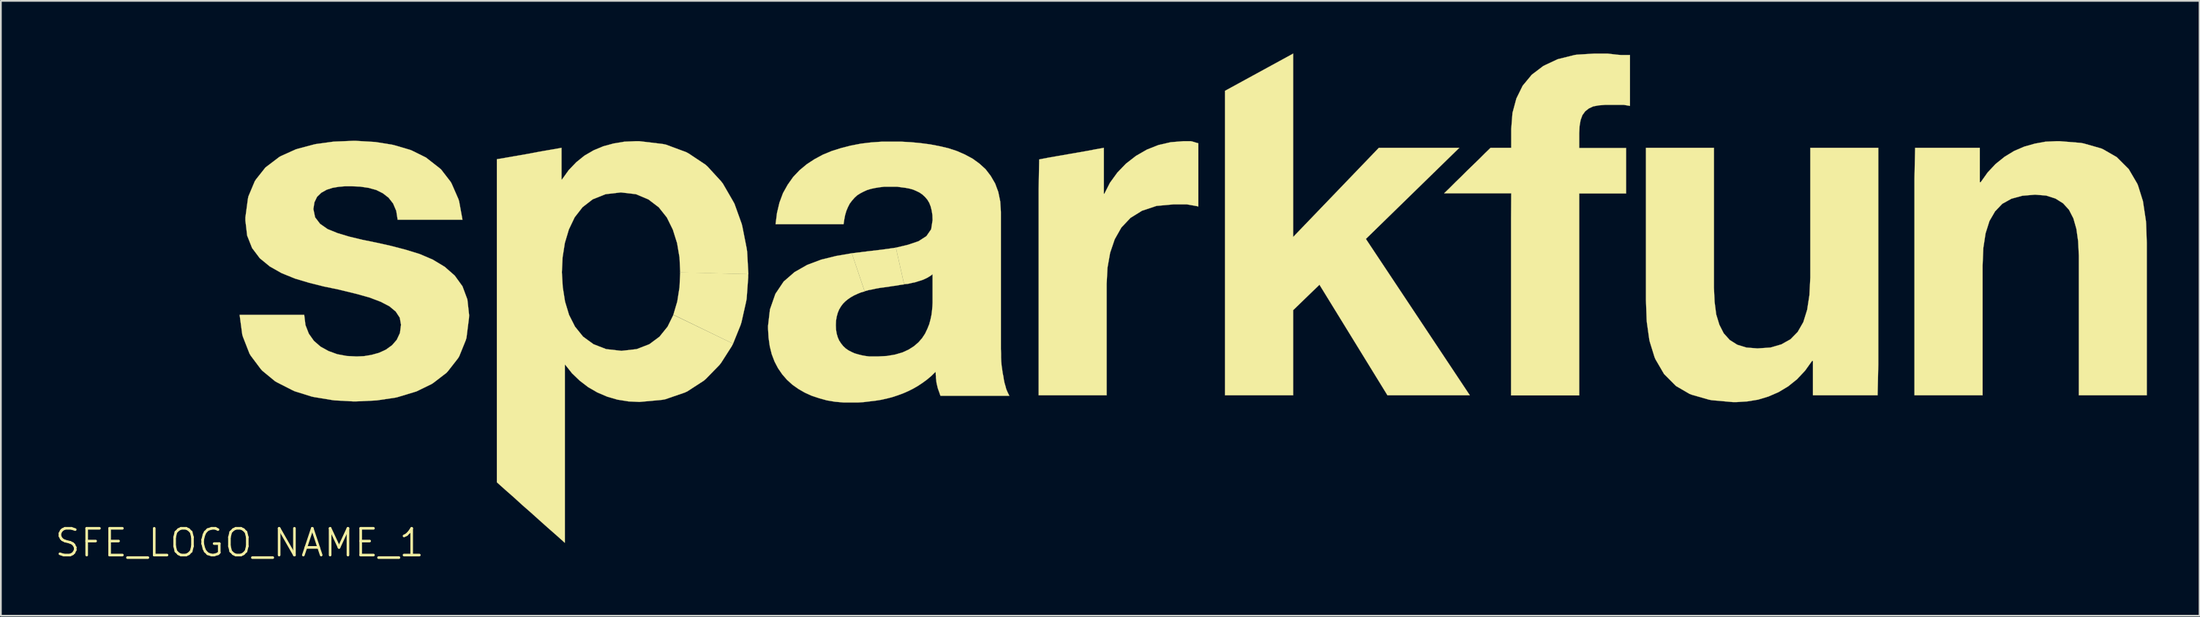
<source format=kicad_pcb>
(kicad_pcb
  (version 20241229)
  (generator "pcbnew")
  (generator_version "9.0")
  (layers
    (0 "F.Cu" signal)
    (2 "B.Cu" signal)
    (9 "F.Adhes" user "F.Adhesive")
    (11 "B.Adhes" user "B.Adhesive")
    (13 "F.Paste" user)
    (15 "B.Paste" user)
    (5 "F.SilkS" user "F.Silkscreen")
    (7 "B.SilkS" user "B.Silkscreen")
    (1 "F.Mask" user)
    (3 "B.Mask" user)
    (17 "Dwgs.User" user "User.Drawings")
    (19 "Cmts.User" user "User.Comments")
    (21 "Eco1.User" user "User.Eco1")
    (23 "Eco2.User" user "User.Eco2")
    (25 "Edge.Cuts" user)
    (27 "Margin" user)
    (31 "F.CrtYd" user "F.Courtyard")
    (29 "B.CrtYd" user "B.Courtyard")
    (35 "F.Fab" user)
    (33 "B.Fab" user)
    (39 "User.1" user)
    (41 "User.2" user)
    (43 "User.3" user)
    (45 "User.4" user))
  (footprint "SFE_LOGO_NAME_1"
    (layer "F.Cu")
    (at 10.595 27.884)
    (property "Reference" "SFE_LOGO_NAME_1" (at 0 0 0) (layer "F.SilkS") (effects (font (size 1.524 1.524) (thickness 0.15))))
    (attr exclude_from_pos_files exclude_from_bom)
    (fp_poly (pts (xy 24.699 -13) (xy 24.92 -13.749) (xy 25.049 -14.569) (xy 25.088 -15.418) (xy 28.959 -15.309) (xy 28.959 -15.128) (xy 28.87 -13.909) (xy 28.839 -13.739) (xy 28.578 -12.578) (xy 28.529 -12.418) (xy 28.097 -11.349)) (stroke (width 0.01) (type solid)) (fill yes) (layer "F.SilkS"))
    (fp_poly (pts (xy 56.109 -25.758) (xy 59.99 -27.879) (xy 59.99 -17.429) (xy 64.869 -22.509) (xy 69.449 -22.509) (xy 64.13 -17.318) (xy 70.048 -8.41) (xy 65.359 -8.41) (xy 61.488 -14.709) (xy 59.99 -13.259) (xy 59.99 -8.41) (xy 56.109 -8.41)) (stroke (width 0.01) (type solid)) (fill yes) (layer "F.SilkS"))
    (fp_poly (pts (xy 34.859 -16.5) (xy 35.738 -16.609) (xy 36.579 -16.708) (xy 37.368 -16.82) (xy 37.838 -14.729) (xy 37.62 -14.699) (xy 37.389 -14.658) (xy 37.158 -14.628) (xy 36.929 -14.59) (xy 36.698 -14.559) (xy 36.469 -14.529) (xy 36.238 -14.488) (xy 36.02 -14.44) (xy 35.799 -14.399) (xy 35.588 -14.338)) (stroke (width 0.01) (type solid)) (fill yes) (layer "F.SilkS"))
    (fp_poly (pts (xy 45.529 -21.849) (xy 45.989 -21.938) (xy 46.449 -22.019) (xy 46.909 -22.098) (xy 47.368 -22.179) (xy 47.828 -22.258) (xy 48.288 -22.339) (xy 48.748 -22.428) (xy 49.21 -22.509) (xy 49.21 -19.888) (xy 49.238 -19.888) (xy 49.558 -20.518) (xy 49.98 -21.1) (xy 50.47 -21.608) (xy 51.039 -22.05) (xy 51.659 -22.408) (xy 52.319 -22.669) (xy 53.02 -22.83) (xy 53.739 -22.888) (xy 54.168 -22.888) (xy 54.28 -22.86) (xy 54.379 -22.83) (xy 54.478 -22.799) (xy 54.59 -22.769) (xy 54.59 -19.169) (xy 54.44 -19.2) (xy 54.28 -19.228) (xy 54.11 -19.258) (xy 53.929 -19.289) (xy 53.188 -19.289) (xy 52.21 -19.2) (xy 51.389 -18.928) (xy 50.729 -18.519) (xy 50.208 -17.968) (xy 49.83 -17.3) (xy 49.568 -16.528) (xy 49.418 -15.679) (xy 49.37 -14.76) (xy 49.37 -8.41) (xy 45.499 -8.41) (xy 45.499 -20.168)) (stroke (width 0.01) (type solid)) (fill yes) (layer "F.SilkS"))
    (fp_poly (pts (xy 72.408 -19.919) (xy 68.588 -19.919) (xy 68.918 -20.239) (xy 69.248 -20.569) (xy 69.578 -20.889) (xy 69.908 -21.219) (xy 70.239 -21.539) (xy 70.569 -21.859) (xy 70.899 -22.189) (xy 71.229 -22.509) (xy 72.408 -22.509) (xy 72.408 -23.589) (xy 72.479 -24.498) (xy 72.7 -25.319) (xy 73.058 -26.048) (xy 73.579 -26.678) (xy 74.239 -27.178) (xy 75.049 -27.559) (xy 76.01 -27.798) (xy 76.139 -27.818) (xy 77.13 -27.879) (xy 77.899 -27.879) (xy 78.158 -27.849) (xy 78.42 -27.818) (xy 78.669 -27.798) (xy 79.169 -27.798) (xy 79.169 -24.9) (xy 78.999 -24.928) (xy 78.819 -24.958) (xy 77.749 -24.958) (xy 77.379 -24.928) (xy 77.069 -24.869) (xy 76.82 -24.75) (xy 76.619 -24.59) (xy 76.459 -24.369) (xy 76.357 -24.089) (xy 76.299 -23.749) (xy 76.279 -23.348) (xy 76.279 -22.499) (xy 78.948 -22.499) (xy 78.948 -19.909) (xy 76.279 -19.909) (xy 76.279 -8.4) (xy 72.398 -8.4) (xy 72.398 -18.468)) (stroke (width 0.01) (type solid)) (fill yes) (layer "F.SilkS"))
    (fp_poly (pts (xy 93.269 -8.41) (xy 89.588 -8.41) (xy 89.588 -10.368) (xy 89.538 -10.368) (xy 89.139 -9.809) (xy 88.679 -9.319) (xy 88.179 -8.918) (xy 87.63 -8.588) (xy 87.058 -8.339) (xy 86.459 -8.158) (xy 85.849 -8.059) (xy 85.23 -8.019) (xy 85.039 -8.019) (xy 83.828 -8.128) (xy 83.668 -8.158) (xy 82.69 -8.438) (xy 82.558 -8.489) (xy 81.788 -8.938) (xy 81.11 -9.619) (xy 80.62 -10.46) (xy 80.569 -10.579) (xy 80.3 -11.448) (xy 80.269 -11.58) (xy 80.129 -12.578) (xy 80.119 -12.728) (xy 80.079 -13.828) (xy 80.079 -22.509) (xy 83.95 -22.509) (xy 83.95 -14.539) (xy 83.988 -13.729) (xy 84.079 -13.018) (xy 84.259 -12.428) (xy 84.508 -11.938) (xy 84.849 -11.56) (xy 85.278 -11.288) (xy 85.799 -11.128) (xy 86.429 -11.079) (xy 87.168 -11.128) (xy 87.787 -11.308) (xy 88.308 -11.598) (xy 88.72 -12.019) (xy 89.04 -12.578) (xy 89.258 -13.279) (xy 89.388 -14.12) (xy 89.438 -15.118) (xy 89.438 -22.509) (xy 93.309 -22.509) (xy 93.309 -10.168)) (stroke (width 0.01) (type solid)) (fill yes) (layer "F.SilkS"))
    (fp_poly (pts (xy 95.407 -22.509) (xy 99.088 -22.509) (xy 99.088 -20.549) (xy 99.139 -20.549) (xy 99.538 -21.11) (xy 99.99 -21.59) (xy 100.498 -21.999) (xy 101.039 -22.329) (xy 101.618 -22.578) (xy 102.22 -22.748) (xy 102.829 -22.86) (xy 103.449 -22.888) (xy 103.64 -22.888) (xy 104.849 -22.789) (xy 105.009 -22.758) (xy 105.989 -22.479) (xy 106.109 -22.428) (xy 106.888 -21.979) (xy 107.569 -21.298) (xy 108.059 -20.46) (xy 108.107 -20.338) (xy 108.379 -19.469) (xy 108.4 -19.329) (xy 108.549 -18.339) (xy 108.56 -18.189) (xy 108.598 -17.089) (xy 108.598 -8.41) (xy 104.729 -8.41) (xy 104.729 -16.368) (xy 104.689 -17.188) (xy 104.59 -17.889) (xy 104.419 -18.489) (xy 104.168 -18.979) (xy 103.828 -19.35) (xy 103.398 -19.619) (xy 102.87 -19.789) (xy 102.238 -19.84) (xy 101.509 -19.779) (xy 100.889 -19.609) (xy 100.368 -19.319) (xy 99.959 -18.89) (xy 99.639 -18.339) (xy 99.418 -17.638) (xy 99.289 -16.8) (xy 99.248 -15.799) (xy 99.248 -8.41) (xy 95.369 -8.41) (xy 95.369 -20.749)) (stroke (width 0.01) (type solid)) (fill yes) (layer "F.SilkS"))
    (fp_poly (pts (xy 28.097 -11.349) (xy 28.019 -11.199) (xy 27.419 -10.259) (xy 27.318 -10.13) (xy 26.548 -9.34) (xy 26.429 -9.238) (xy 25.489 -8.628) (xy 25.339 -8.56) (xy 24.229 -8.179) (xy 24.059 -8.148) (xy 22.769 -8.029) (xy 22.139 -8.059) (xy 21.519 -8.158) (xy 20.93 -8.329) (xy 20.368 -8.57) (xy 19.848 -8.87) (xy 19.367 -9.238) (xy 18.928 -9.66) (xy 18.539 -10.15) (xy 18.519 -10.15) (xy 18.519 0) (xy 18.039 -0.429) (xy 17.549 -0.859) (xy 17.069 -1.288) (xy 16.589 -1.72) (xy 16.099 -2.149) (xy 15.618 -2.588) (xy 15.128 -3.018) (xy 14.648 -3.449) (xy 14.648 -21.859) (xy 15.108 -21.938) (xy 15.568 -22.019) (xy 16.03 -22.098) (xy 16.49 -22.179) (xy 16.949 -22.268) (xy 17.409 -22.349) (xy 17.869 -22.428) (xy 18.329 -22.509) (xy 18.329 -20.709) (xy 18.359 -20.709) (xy 18.738 -21.239) (xy 19.169 -21.689) (xy 19.639 -22.068) (xy 20.16 -22.37) (xy 20.709 -22.598) (xy 21.298 -22.758) (xy 21.907 -22.86) (xy 22.558 -22.888) (xy 22.758 -22.888) (xy 24.1 -22.728) (xy 24.28 -22.69) (xy 25.418 -22.268) (xy 25.568 -22.189) (xy 26.528 -21.549) (xy 26.65 -21.438) (xy 27.419 -20.599) (xy 27.518 -20.47) (xy 28.097 -19.469) (xy 28.179 -19.319) (xy 28.588 -18.179) (xy 28.628 -18.019) (xy 28.87 -16.789) (xy 28.898 -16.599) (xy 28.969 -15.309) (xy 25.088 -15.408) (xy 25.049 -16.259) (xy 24.91 -17.079) (xy 24.668 -17.849) (xy 24.328 -18.539) (xy 23.868 -19.119) (xy 23.279 -19.568) (xy 22.568 -19.868) (xy 21.709 -19.969) (xy 20.838 -19.868) (xy 20.109 -19.578) (xy 19.528 -19.129) (xy 19.078 -18.55) (xy 18.748 -17.859) (xy 18.519 -17.089) (xy 18.39 -16.269) (xy 18.349 -15.418) (xy 18.4 -14.569) (xy 18.529 -13.749) (xy 18.758 -12.99) (xy 19.098 -12.319) (xy 19.558 -11.748) (xy 20.15 -11.318) (xy 20.869 -11.039) (xy 21.74 -10.94) (xy 22.609 -11.039) (xy 23.33 -11.318) (xy 23.909 -11.748) (xy 24.369 -12.319) (xy 24.699 -12.99)) (stroke (width 0.01) (type solid)) (fill yes) (layer "F.SilkS"))
    (fp_poly (pts (xy 3.678 -12.99) (xy 3.749 -12.408) (xy 3.94 -11.918) (xy 4.229 -11.509) (xy 4.608 -11.179) (xy 5.06 -10.93) (xy 5.558 -10.749) (xy 6.099 -10.648) (xy 6.66 -10.62) (xy 7.079 -10.638) (xy 7.508 -10.709) (xy 7.938 -10.828) (xy 8.329 -11.008) (xy 8.679 -11.26) (xy 8.948 -11.57) (xy 9.129 -11.958) (xy 9.19 -12.428) (xy 9.119 -12.83) (xy 8.89 -13.178) (xy 8.529 -13.48) (xy 8.029 -13.739) (xy 7.399 -13.978) (xy 6.65 -14.188) (xy 5.779 -14.399) (xy 5.659 -14.43) (xy 4.798 -14.608) (xy 3.96 -14.818) (xy 3.15 -15.06) (xy 2.388 -15.37) (xy 1.72 -15.748) (xy 1.148 -16.218) (xy 0.709 -16.8) (xy 0.429 -17.508) (xy 0.328 -18.369) (xy 0.328 -18.539) (xy 0.47 -19.599) (xy 0.498 -19.738) (xy 0.859 -20.599) (xy 0.93 -20.709) (xy 1.468 -21.389) (xy 2.258 -21.989) (xy 2.37 -22.05) (xy 3.188 -22.418) (xy 3.32 -22.459) (xy 4.229 -22.7) (xy 4.359 -22.728) (xy 5.329 -22.86) (xy 5.469 -22.868) (xy 6.459 -22.908) (xy 6.609 -22.908) (xy 7.6 -22.85) (xy 7.739 -22.84) (xy 8.679 -22.69) (xy 8.809 -22.659) (xy 9.698 -22.398) (xy 9.82 -22.349) (xy 10.61 -21.958) (xy 11.389 -21.349) (xy 11.478 -21.27) (xy 12.019 -20.569) (xy 12.078 -20.46) (xy 12.459 -19.588) (xy 12.499 -19.459) (xy 12.69 -18.41) (xy 8.999 -18.41) (xy 8.918 -18.918) (xy 8.738 -19.34) (xy 8.479 -19.67) (xy 8.158 -19.919) (xy 7.777 -20.109) (xy 7.338 -20.229) (xy 6.858 -20.3) (xy 6.358 -20.32) (xy 6.01 -20.32) (xy 5.649 -20.29) (xy 5.288 -20.229) (xy 4.948 -20.119) (xy 4.648 -19.949) (xy 4.409 -19.718) (xy 4.26 -19.408) (xy 4.199 -19.02) (xy 4.298 -18.55) (xy 4.58 -18.179) (xy 5.009 -17.879) (xy 5.578 -17.648) (xy 6.238 -17.45) (xy 6.988 -17.269) (xy 7.777 -17.109) (xy 8.588 -16.929) (xy 9.439 -16.708) (xy 10.249 -16.459) (xy 10.998 -16.139) (xy 11.679 -15.728) (xy 12.248 -15.23) (xy 12.69 -14.618) (xy 12.969 -13.868) (xy 13.068 -12.969) (xy 13.058 -12.799) (xy 12.918 -11.689) (xy 12.878 -11.549) (xy 12.509 -10.638) (xy 12.438 -10.518) (xy 11.869 -9.789) (xy 11.778 -9.688) (xy 11.039 -9.119) (xy 10.93 -9.047) (xy 10.069 -8.628) (xy 9.939 -8.588) (xy 8.979 -8.298) (xy 8.839 -8.268) (xy 7.818 -8.118) (xy 7.668 -8.108) (xy 6.629 -8.059) (xy 6.469 -8.059) (xy 5.408 -8.118) (xy 5.258 -8.138) (xy 4.229 -8.308) (xy 4.089 -8.339) (xy 3.129 -8.639) (xy 3 -8.7) (xy 2.139 -9.139) (xy 2.019 -9.207) (xy 1.288 -9.809) (xy 1.199 -9.909) (xy 0.63 -10.668) (xy 0.559 -10.79) (xy 0.188 -11.74) (xy 0.15 -11.869) (xy 0 -12.99) (xy 3.218 -12.99)) (stroke (width 0.01) (type solid)) (fill yes) (layer "F.SilkS"))
    (fp_poly (pts (xy 35.588 -14.328) (xy 35.38 -14.27) (xy 35.179 -14.188) (xy 34.989 -14.1) (xy 34.808 -13.998) (xy 34.648 -13.889) (xy 34.498 -13.769) (xy 34.359 -13.63) (xy 34.239 -13.47) (xy 34.138 -13.299) (xy 34.059 -13.109) (xy 33.998 -12.888) (xy 33.96 -12.659) (xy 33.95 -12.408) (xy 33.96 -12.149) (xy 33.998 -11.918) (xy 34.059 -11.709) (xy 34.138 -11.529) (xy 34.249 -11.359) (xy 34.369 -11.209) (xy 34.508 -11.079) (xy 34.668 -10.968) (xy 34.839 -10.879) (xy 35.019 -10.798) (xy 35.22 -10.739) (xy 35.418 -10.688) (xy 35.639 -10.648) (xy 35.86 -10.62) (xy 36.33 -10.62) (xy 36.858 -10.648) (xy 37.328 -10.729) (xy 37.739 -10.848) (xy 38.09 -11.008) (xy 38.39 -11.199) (xy 38.649 -11.42) (xy 38.859 -11.659) (xy 39.03 -11.918) (xy 39.159 -12.189) (xy 39.268 -12.459) (xy 39.34 -12.728) (xy 39.398 -13) (xy 39.428 -13.249) (xy 39.449 -13.48) (xy 39.459 -13.688) (xy 39.459 -15.309) (xy 39.329 -15.21) (xy 39.179 -15.118) (xy 39.019 -15.039) (xy 38.849 -14.968) (xy 38.659 -14.91) (xy 38.468 -14.849) (xy 38.268 -14.808) (xy 38.059 -14.76) (xy 37.838 -14.74) (xy 37.368 -16.82) (xy 38.07 -16.988) (xy 38.659 -17.188) (xy 39.108 -17.478) (xy 39.378 -17.869) (xy 39.459 -18.39) (xy 39.449 -18.679) (xy 39.408 -18.938) (xy 39.35 -19.169) (xy 39.268 -19.378) (xy 39.159 -19.558) (xy 39.03 -19.708) (xy 38.88 -19.848) (xy 38.72 -19.959) (xy 38.539 -20.048) (xy 38.349 -20.13) (xy 38.138 -20.188) (xy 37.92 -20.229) (xy 37.689 -20.259) (xy 37.46 -20.29) (xy 36.678 -20.29) (xy 36.419 -20.259) (xy 36.17 -20.218) (xy 35.938 -20.168) (xy 35.717 -20.099) (xy 35.519 -20.008) (xy 35.329 -19.909) (xy 35.159 -19.799) (xy 35.009 -19.66) (xy 34.869 -19.5) (xy 34.74 -19.329) (xy 34.638 -19.129) (xy 34.549 -18.918) (xy 34.478 -18.679) (xy 34.43 -18.428) (xy 34.389 -18.158) (xy 30.518 -18.158) (xy 30.599 -18.799) (xy 30.739 -19.388) (xy 30.94 -19.929) (xy 31.209 -20.409) (xy 31.519 -20.848) (xy 31.88 -21.229) (xy 32.288 -21.57) (xy 32.728 -21.859) (xy 33.208 -22.118) (xy 33.718 -22.329) (xy 34.26 -22.499) (xy 34.808 -22.639) (xy 35.38 -22.748) (xy 35.969 -22.819) (xy 36.558 -22.86) (xy 37.689 -22.86) (xy 38.23 -22.83) (xy 38.768 -22.779) (xy 39.309 -22.708) (xy 39.83 -22.609) (xy 40.348 -22.489) (xy 40.838 -22.329) (xy 41.298 -22.128) (xy 41.74 -21.89) (xy 42.128 -21.608) (xy 42.479 -21.288) (xy 42.769 -20.909) (xy 43.02 -20.477) (xy 43.198 -20) (xy 43.31 -19.459) (xy 43.348 -18.86) (xy 43.348 -11.039) (xy 43.358 -10.798) (xy 43.358 -10.569) (xy 43.368 -10.338) (xy 43.388 -10.109) (xy 43.419 -9.898) (xy 43.449 -9.68) (xy 43.49 -9.479) (xy 43.518 -9.289) (xy 43.558 -9.098) (xy 43.609 -8.928) (xy 43.65 -8.768) (xy 43.708 -8.628) (xy 43.769 -8.499) (xy 43.828 -8.379) (xy 39.908 -8.379) (xy 39.878 -8.458) (xy 39.848 -8.55) (xy 39.82 -8.628) (xy 39.789 -8.71) (xy 39.759 -8.799) (xy 39.738 -8.88) (xy 39.718 -8.969) (xy 39.698 -9.047) (xy 39.68 -9.139) (xy 39.67 -9.228) (xy 39.66 -9.319) (xy 39.649 -9.398) (xy 39.649 -9.489) (xy 39.639 -9.578) (xy 39.639 -9.66) (xy 39.629 -9.749) (xy 39.398 -9.52) (xy 39.149 -9.309) (xy 38.89 -9.119) (xy 38.618 -8.938) (xy 38.339 -8.778) (xy 38.059 -8.639) (xy 37.76 -8.509) (xy 37.46 -8.4) (xy 37.148 -8.298) (xy 36.838 -8.219) (xy 36.518 -8.148) (xy 36.198 -8.098) (xy 35.87 -8.059) (xy 35.54 -8.019) (xy 35.22 -7.998) (xy 34.389 -7.998) (xy 33.909 -8.039) (xy 33.439 -8.118) (xy 33 -8.24) (xy 32.578 -8.379) (xy 32.179 -8.56) (xy 31.819 -8.768) (xy 31.478 -9.009) (xy 31.168 -9.289) (xy 30.899 -9.599) (xy 30.658 -9.949) (xy 30.46 -10.328) (xy 30.3 -10.749) (xy 30.188 -11.199) (xy 30.119 -11.689) (xy 30.089 -12.21) (xy 30.089 -12.36) (xy 30.198 -13.299) (xy 30.508 -14.188) (xy 30.978 -14.889) (xy 31.598 -15.428) (xy 32.319 -15.839) (xy 33.119 -16.139) (xy 33.978 -16.35) (xy 34.859 -16.5)) (stroke (width 0.01) (type solid)) (fill yes) (layer "F.SilkS")))
  (gr_rect
    (start -3 -3)
    (end 122.198 32.039)
    (stroke (width 0.1) (type default))
    (fill no)
    (layer "Edge.Cuts")))
</source>
